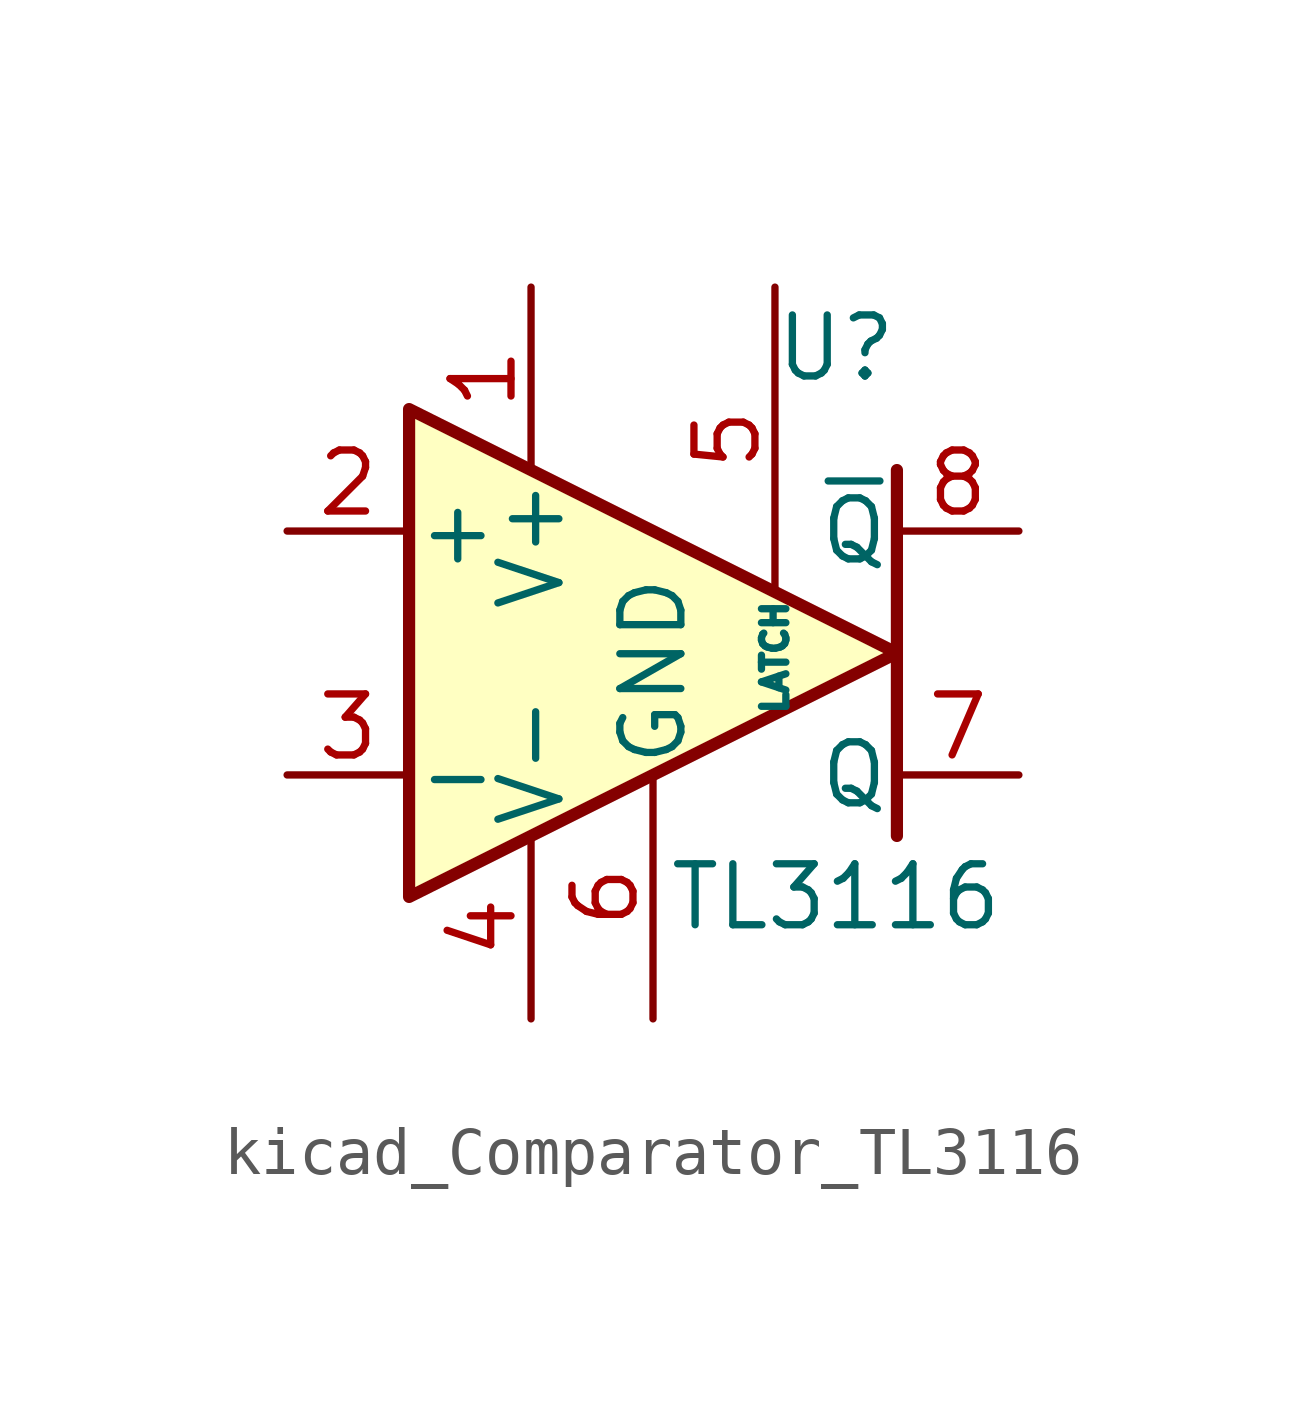
<source format=kicad_sym>
(kicad_symbol_lib
  (version 20220914)
  (generator kicad_symbol_editor)
  (symbol "kicad_Comparator_TL3116"
    (pin_names
      (offset 0.127))
    (property "Reference" "U"
      (at 3.81 6.35 0)
      (effects (font (size 1.27 1.27))))
    (property "Value" "TL3116"
      (at 3.81 -5.08 0)
      (effects (font (size 1.27 1.27))))
    (symbol "kicad_Comparator_TL3116_0_1"
      (polyline (pts (xy 5.08 3.81) (xy 5.08 -3.81)) (stroke (width 0.254) (type default)) (fill (type none)))
      (polyline (pts (xy -5.08 5.08) (xy 5.08 0) (xy -5.08 -5.08) (xy -5.08 5.08)) (stroke (width 0.254) (type default)) (fill (type background))))
    (symbol "kicad_Comparator_TL3116_1_1"
      (pin power_in line (at -2.54 7.62 270) (length 3.81) (name "V+" (effects (font (size 1.27 1.27)))) (number "1" (effects (font (size 1.27 1.27)))))
      (pin input line (at -7.62 2.54 0) (length 2.54) (name "+" (effects (font (size 1.27 1.27)))) (number "2" (effects (font (size 1.27 1.27)))))
      (pin input line (at -7.62 -2.54 0) (length 2.54) (name "-" (effects (font (size 1.27 1.27)))) (number "3" (effects (font (size 1.27 1.27)))))
      (pin power_in line (at -2.54 -7.62 90) (length 3.81) (name "V-" (effects (font (size 1.27 1.27)))) (number "4" (effects (font (size 1.27 1.27)))))
      (pin input line (at 2.54 7.62 270) (length 6.35) (name "LATCH" (effects (font (size 0.508 0.508)))) (number "5" (effects (font (size 1.27 1.27)))))
      (pin power_in line (at 0 -7.62 90) (length 5.08) (name "GND" (effects (font (size 1.27 1.27)))) (number "6" (effects (font (size 1.27 1.27)))))
      (pin output line (at 7.62 -2.54 180) (length 2.54) (name "Q" (effects (font (size 1.27 1.27)))) (number "7" (effects (font (size 1.27 1.27)))))
      (pin output line (at 7.62 2.54 180) (length 2.54) (name "~{Q}" (effects (font (size 1.27 1.27)))) (number "8" (effects (font (size 1.27 1.27))))))))
</source>
